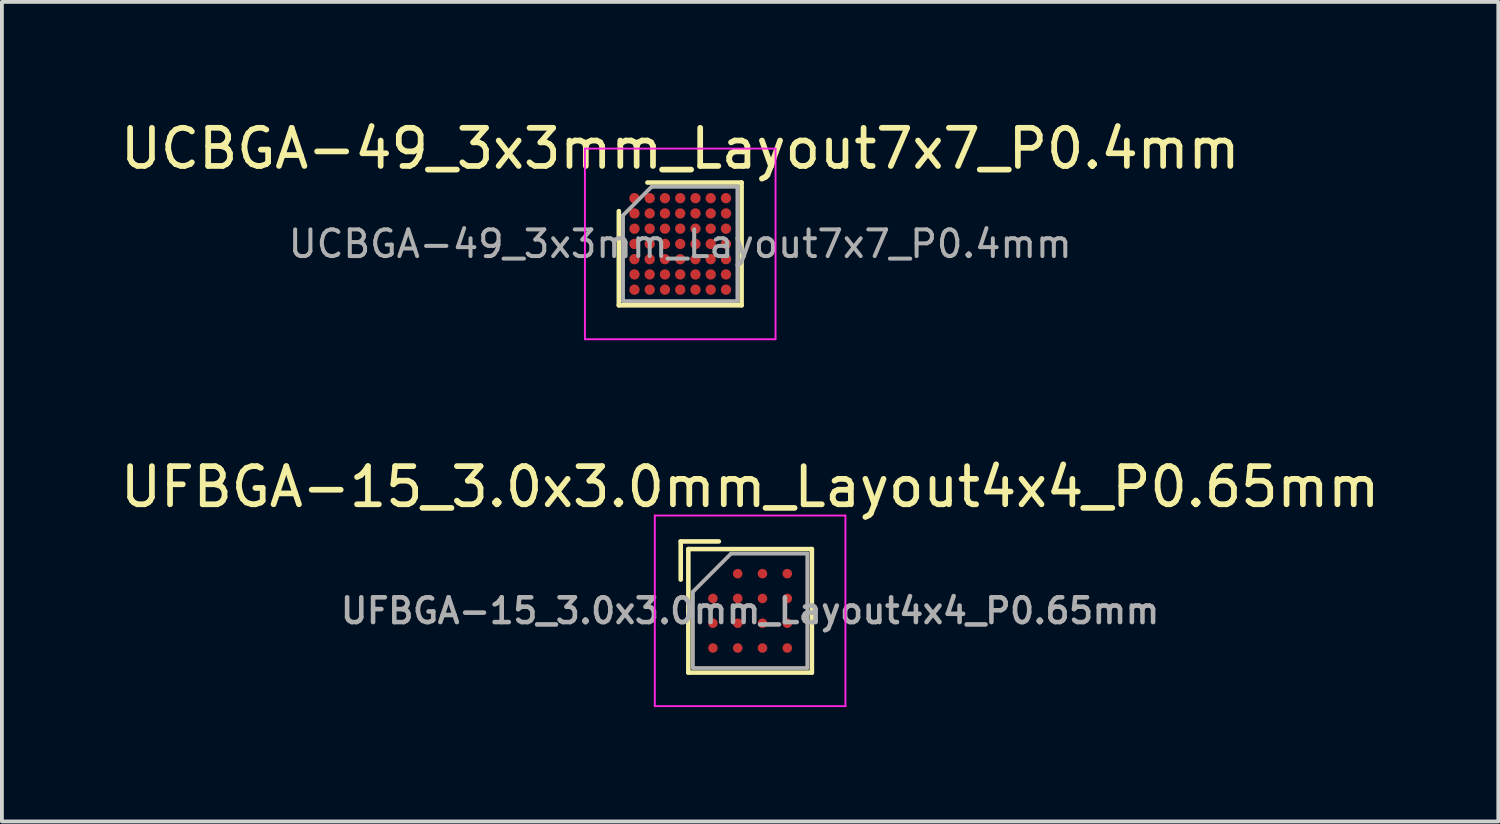
<source format=kicad_pcb>
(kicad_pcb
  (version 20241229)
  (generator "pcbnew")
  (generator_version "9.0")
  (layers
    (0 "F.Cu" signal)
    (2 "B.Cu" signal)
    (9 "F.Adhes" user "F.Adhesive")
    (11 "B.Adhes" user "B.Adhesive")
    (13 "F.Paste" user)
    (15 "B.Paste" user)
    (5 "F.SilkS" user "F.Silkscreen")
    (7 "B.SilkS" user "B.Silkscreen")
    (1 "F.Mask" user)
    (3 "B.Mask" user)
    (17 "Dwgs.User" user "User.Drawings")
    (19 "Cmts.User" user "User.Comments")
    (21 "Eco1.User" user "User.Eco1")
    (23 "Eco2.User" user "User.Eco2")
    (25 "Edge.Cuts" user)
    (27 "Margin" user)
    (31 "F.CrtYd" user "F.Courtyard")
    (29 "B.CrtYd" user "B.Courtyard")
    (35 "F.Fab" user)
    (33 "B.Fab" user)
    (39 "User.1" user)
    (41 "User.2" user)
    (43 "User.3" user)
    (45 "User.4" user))
  (footprint "UFBGA-15_3.0x3.0mm_Layout4x4_P0.65mm"
    (layer "F.Cu")
    (at 16.625 12.972)
    (property "Reference" "UFBGA-15_3.0x3.0mm_Layout4x4_P0.65mm" (at 0 -3.25 0) (layer "F.SilkS") (effects (font (size 1 1) (thickness 0.15))))
    (attr smd)
    (fp_line (start -1.82 -1.82) (end -1.82 -0.82) (stroke (width 0.12) (type solid)) (layer "F.SilkS"))
    (fp_line (start -1.62 -1.62) (end 1.62 -1.62) (stroke (width 0.12) (type solid)) (layer "F.SilkS"))
    (fp_line (start -1.62 1.62) (end -1.62 -1.62) (stroke (width 0.12) (type solid)) (layer "F.SilkS"))
    (fp_line (start -0.82 -1.82) (end -1.82 -1.82) (stroke (width 0.12) (type solid)) (layer "F.SilkS"))
    (fp_line (start 1.62 -1.62) (end 1.62 1.62) (stroke (width 0.12) (type solid)) (layer "F.SilkS"))
    (fp_line (start 1.62 1.62) (end -1.62 1.62) (stroke (width 0.12) (type solid)) (layer "F.SilkS"))
    (fp_line (start -2.5 -2.5) (end -2.5 2.5) (stroke (width 0.05) (type solid)) (layer "F.CrtYd"))
    (fp_line (start -2.5 -2.5) (end 2.5 -2.5) (stroke (width 0.05) (type solid)) (layer "F.CrtYd"))
    (fp_line (start 2.5 2.5) (end -2.5 2.5) (stroke (width 0.05) (type solid)) (layer "F.CrtYd"))
    (fp_line (start 2.5 2.5) (end 2.5 -2.5) (stroke (width 0.05) (type solid)) (layer "F.CrtYd"))
    (fp_line (start -1.5 -0.5) (end -0.5 -1.5) (stroke (width 0.1) (type solid)) (layer "F.Fab"))
    (fp_line (start -1.5 1.5) (end -1.5 -0.5) (stroke (width 0.1) (type solid)) (layer "F.Fab"))
    (fp_line (start -0.5 -1.5) (end 1.5 -1.5) (stroke (width 0.1) (type solid)) (layer "F.Fab"))
    (fp_line (start 1.5 -1.5) (end 1.5 1.5) (stroke (width 0.1) (type solid)) (layer "F.Fab"))
    (fp_line (start 1.5 1.5) (end -1.5 1.5) (stroke (width 0.1) (type solid)) (layer "F.Fab"))
    (fp_text user "${REFERENCE}" (at 0 0 0) (layer "F.Fab") (effects (font (size 0.65 0.65) (thickness 0.12))))
    (pad "A2" smd circle (at -0.325 -0.975) (size 0.25 0.25) (layers "F.Cu" "F.Mask" "F.Paste"))
    (pad "A3" smd circle (at 0.325 -0.975) (size 0.25 0.25) (layers "F.Cu" "F.Mask" "F.Paste"))
    (pad "A4" smd circle (at 0.975 -0.975) (size 0.25 0.25) (layers "F.Cu" "F.Mask" "F.Paste"))
    (pad "B1" smd circle (at -0.975 -0.325) (size 0.25 0.25) (layers "F.Cu" "F.Mask" "F.Paste"))
    (pad "B2" smd circle (at -0.325 -0.325) (size 0.25 0.25) (layers "F.Cu" "F.Mask" "F.Paste"))
    (pad "B3" smd circle (at 0.325 -0.325) (size 0.25 0.25) (layers "F.Cu" "F.Mask" "F.Paste"))
    (pad "B4" smd circle (at 0.975 -0.325) (size 0.25 0.25) (layers "F.Cu" "F.Mask" "F.Paste"))
    (pad "C1" smd circle (at -0.975 0.325) (size 0.25 0.25) (layers "F.Cu" "F.Mask" "F.Paste"))
    (pad "C2" smd circle (at -0.325 0.325) (size 0.25 0.25) (layers "F.Cu" "F.Mask" "F.Paste"))
    (pad "C3" smd circle (at 0.325 0.325) (size 0.25 0.25) (layers "F.Cu" "F.Mask" "F.Paste"))
    (pad "C4" smd circle (at 0.975 0.325) (size 0.25 0.25) (layers "F.Cu" "F.Mask" "F.Paste"))
    (pad "D1" smd circle (at -0.975 0.975) (size 0.25 0.25) (layers "F.Cu" "F.Mask" "F.Paste"))
    (pad "D2" smd circle (at -0.325 0.975) (size 0.25 0.25) (layers "F.Cu" "F.Mask" "F.Paste"))
    (pad "D3" smd circle (at 0.325 0.975) (size 0.25 0.25) (layers "F.Cu" "F.Mask" "F.Paste"))
    (pad "D4" smd circle (at 0.975 0.975) (size 0.25 0.25) (layers "F.Cu" "F.Mask" "F.Paste")))
  (footprint "UCBGA-49_3x3mm_Layout7x7_P0.4mm"
    (layer "F.Cu")
    (at 14.792 3.348)
    (property "Reference" "UCBGA-49_3x3mm_Layout7x7_P0.4mm" (at 0 -2.5 0) (layer "F.SilkS") (effects (font (size 1 1) (thickness 0.15))))
    (attr smd)
    (fp_line (start -1.61 1.61) (end -1.61 -0.86) (stroke (width 0.12) (type solid)) (layer "F.SilkS"))
    (fp_line (start -0.86 -1.61) (end 1.61 -1.61) (stroke (width 0.12) (type solid)) (layer "F.SilkS"))
    (fp_line (start 1.61 -1.61) (end 1.61 1.61) (stroke (width 0.12) (type solid)) (layer "F.SilkS"))
    (fp_line (start 1.61 1.61) (end -1.61 1.61) (stroke (width 0.12) (type solid)) (layer "F.SilkS"))
    (fp_line (start -2.5 -2.5) (end -2.5 2.5) (stroke (width 0.05) (type solid)) (layer "F.CrtYd"))
    (fp_line (start -2.5 2.5) (end 2.5 2.5) (stroke (width 0.05) (type solid)) (layer "F.CrtYd"))
    (fp_line (start 2.5 -2.5) (end -2.5 -2.5) (stroke (width 0.05) (type solid)) (layer "F.CrtYd"))
    (fp_line (start 2.5 2.5) (end 2.5 -2.5) (stroke (width 0.05) (type solid)) (layer "F.CrtYd"))
    (fp_line (start -1.5 -0.75) (end -0.75 -1.5) (stroke (width 0.1) (type solid)) (layer "F.Fab"))
    (fp_line (start -1.5 1.5) (end -1.5 -0.75) (stroke (width 0.1) (type solid)) (layer "F.Fab"))
    (fp_line (start -0.75 -1.5) (end 1.5 -1.5) (stroke (width 0.1) (type solid)) (layer "F.Fab"))
    (fp_line (start 1.5 -1.5) (end 1.5 1.5) (stroke (width 0.1) (type solid)) (layer "F.Fab"))
    (fp_line (start 1.5 1.5) (end -1.5 1.5) (stroke (width 0.1) (type solid)) (layer "F.Fab"))
    (fp_text user "${REFERENCE}" (at 0 0 0) (layer "F.Fab") (effects (font (size 0.7 0.7) (thickness 0.105))))
    (pad "A1" smd circle (at -1.2 -1.2) (size 0.27 0.27) (layers "F.Cu" "F.Mask" "F.Paste"))
    (pad "A2" smd circle (at -0.8 -1.2) (size 0.27 0.27) (layers "F.Cu" "F.Mask" "F.Paste"))
    (pad "A3" smd circle (at -0.4 -1.2) (size 0.27 0.27) (layers "F.Cu" "F.Mask" "F.Paste"))
    (pad "A4" smd circle (at 0 -1.2) (size 0.27 0.27) (layers "F.Cu" "F.Mask" "F.Paste"))
    (pad "A5" smd circle (at 0.4 -1.2) (size 0.27 0.27) (layers "F.Cu" "F.Mask" "F.Paste"))
    (pad "A6" smd circle (at 0.8 -1.2) (size 0.27 0.27) (layers "F.Cu" "F.Mask" "F.Paste"))
    (pad "A7" smd circle (at 1.2 -1.2) (size 0.27 0.27) (layers "F.Cu" "F.Mask" "F.Paste"))
    (pad "B1" smd circle (at -1.2 -0.8) (size 0.27 0.27) (layers "F.Cu" "F.Mask" "F.Paste"))
    (pad "B2" smd circle (at -0.8 -0.8) (size 0.27 0.27) (layers "F.Cu" "F.Mask" "F.Paste"))
    (pad "B3" smd circle (at -0.4 -0.8) (size 0.27 0.27) (layers "F.Cu" "F.Mask" "F.Paste"))
    (pad "B4" smd circle (at 0 -0.8) (size 0.27 0.27) (layers "F.Cu" "F.Mask" "F.Paste"))
    (pad "B5" smd circle (at 0.4 -0.8) (size 0.27 0.27) (layers "F.Cu" "F.Mask" "F.Paste"))
    (pad "B6" smd circle (at 0.8 -0.8) (size 0.27 0.27) (layers "F.Cu" "F.Mask" "F.Paste"))
    (pad "B7" smd circle (at 1.2 -0.8) (size 0.27 0.27) (layers "F.Cu" "F.Mask" "F.Paste"))
    (pad "C1" smd circle (at -1.2 -0.4) (size 0.27 0.27) (layers "F.Cu" "F.Mask" "F.Paste"))
    (pad "C2" smd circle (at -0.8 -0.4) (size 0.27 0.27) (layers "F.Cu" "F.Mask" "F.Paste"))
    (pad "C3" smd circle (at -0.4 -0.4) (size 0.27 0.27) (layers "F.Cu" "F.Mask" "F.Paste"))
    (pad "C4" smd circle (at 0 -0.4) (size 0.27 0.27) (layers "F.Cu" "F.Mask" "F.Paste"))
    (pad "C5" smd circle (at 0.4 -0.4) (size 0.27 0.27) (layers "F.Cu" "F.Mask" "F.Paste"))
    (pad "C6" smd circle (at 0.8 -0.4) (size 0.27 0.27) (layers "F.Cu" "F.Mask" "F.Paste"))
    (pad "C7" smd circle (at 1.2 -0.4) (size 0.27 0.27) (layers "F.Cu" "F.Mask" "F.Paste"))
    (pad "D1" smd circle (at -1.2 0) (size 0.27 0.27) (layers "F.Cu" "F.Mask" "F.Paste"))
    (pad "D2" smd circle (at -0.8 0) (size 0.27 0.27) (layers "F.Cu" "F.Mask" "F.Paste"))
    (pad "D3" smd circle (at -0.4 0) (size 0.27 0.27) (layers "F.Cu" "F.Mask" "F.Paste"))
    (pad "D4" smd circle (at 0 0) (size 0.27 0.27) (layers "F.Cu" "F.Mask" "F.Paste"))
    (pad "D5" smd circle (at 0.4 0) (size 0.27 0.27) (layers "F.Cu" "F.Mask" "F.Paste"))
    (pad "D6" smd circle (at 0.8 0) (size 0.27 0.27) (layers "F.Cu" "F.Mask" "F.Paste"))
    (pad "D7" smd circle (at 1.2 0) (size 0.27 0.27) (layers "F.Cu" "F.Mask" "F.Paste"))
    (pad "E1" smd circle (at -1.2 0.4) (size 0.27 0.27) (layers "F.Cu" "F.Mask" "F.Paste"))
    (pad "E2" smd circle (at -0.8 0.4) (size 0.27 0.27) (layers "F.Cu" "F.Mask" "F.Paste"))
    (pad "E3" smd circle (at -0.4 0.4) (size 0.27 0.27) (layers "F.Cu" "F.Mask" "F.Paste"))
    (pad "E4" smd circle (at 0 0.4) (size 0.27 0.27) (layers "F.Cu" "F.Mask" "F.Paste"))
    (pad "E5" smd circle (at 0.4 0.4) (size 0.27 0.27) (layers "F.Cu" "F.Mask" "F.Paste"))
    (pad "E6" smd circle (at 0.8 0.4) (size 0.27 0.27) (layers "F.Cu" "F.Mask" "F.Paste"))
    (pad "E7" smd circle (at 1.2 0.4) (size 0.27 0.27) (layers "F.Cu" "F.Mask" "F.Paste"))
    (pad "F1" smd circle (at -1.2 0.8) (size 0.27 0.27) (layers "F.Cu" "F.Mask" "F.Paste"))
    (pad "F2" smd circle (at -0.8 0.8) (size 0.27 0.27) (layers "F.Cu" "F.Mask" "F.Paste"))
    (pad "F3" smd circle (at -0.4 0.8) (size 0.27 0.27) (layers "F.Cu" "F.Mask" "F.Paste"))
    (pad "F4" smd circle (at 0 0.8) (size 0.27 0.27) (layers "F.Cu" "F.Mask" "F.Paste"))
    (pad "F5" smd circle (at 0.4 0.8) (size 0.27 0.27) (layers "F.Cu" "F.Mask" "F.Paste"))
    (pad "F6" smd circle (at 0.8 0.8) (size 0.27 0.27) (layers "F.Cu" "F.Mask" "F.Paste"))
    (pad "F7" smd circle (at 1.2 0.8) (size 0.27 0.27) (layers "F.Cu" "F.Mask" "F.Paste"))
    (pad "G1" smd circle (at -1.2 1.2) (size 0.27 0.27) (layers "F.Cu" "F.Mask" "F.Paste"))
    (pad "G2" smd circle (at -0.8 1.2) (size 0.27 0.27) (layers "F.Cu" "F.Mask" "F.Paste"))
    (pad "G3" smd circle (at -0.4 1.2) (size 0.27 0.27) (layers "F.Cu" "F.Mask" "F.Paste"))
    (pad "G4" smd circle (at 0 1.2) (size 0.27 0.27) (layers "F.Cu" "F.Mask" "F.Paste"))
    (pad "G5" smd circle (at 0.4 1.2) (size 0.27 0.27) (layers "F.Cu" "F.Mask" "F.Paste"))
    (pad "G6" smd circle (at 0.8 1.2) (size 0.27 0.27) (layers "F.Cu" "F.Mask" "F.Paste"))
    (pad "G7" smd circle (at 1.2 1.2) (size 0.27 0.27) (layers "F.Cu" "F.Mask" "F.Paste")))
  (gr_rect
    (start -3 -3)
    (end 36.25 18.497)
    (stroke (width 0.1) (type default))
    (fill no)
    (layer "Edge.Cuts")))
</source>
